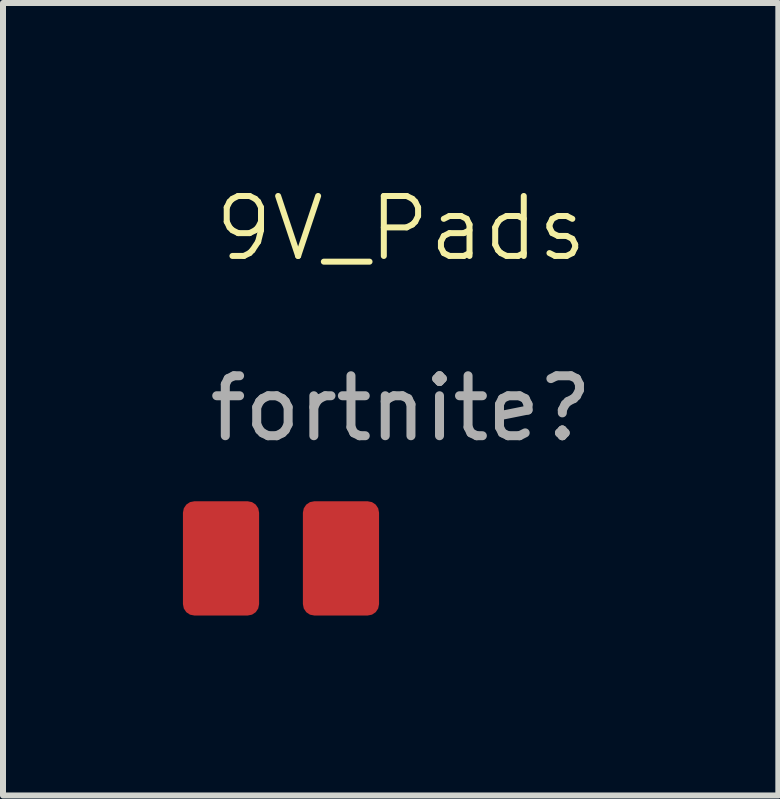
<source format=kicad_pcb>
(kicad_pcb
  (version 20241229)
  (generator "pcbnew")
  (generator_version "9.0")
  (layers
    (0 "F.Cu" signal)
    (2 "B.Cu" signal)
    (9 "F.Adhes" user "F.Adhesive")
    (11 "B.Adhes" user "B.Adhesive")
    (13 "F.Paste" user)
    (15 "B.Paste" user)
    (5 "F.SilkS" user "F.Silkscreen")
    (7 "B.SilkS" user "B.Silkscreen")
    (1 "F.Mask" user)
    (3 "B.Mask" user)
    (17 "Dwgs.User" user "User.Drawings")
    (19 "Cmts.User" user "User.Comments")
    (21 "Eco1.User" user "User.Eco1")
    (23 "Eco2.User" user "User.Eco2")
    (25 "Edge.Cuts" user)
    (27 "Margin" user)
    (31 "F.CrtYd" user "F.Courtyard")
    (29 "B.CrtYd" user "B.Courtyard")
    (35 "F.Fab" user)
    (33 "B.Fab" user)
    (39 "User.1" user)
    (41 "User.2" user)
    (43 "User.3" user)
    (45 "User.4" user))
  (footprint "9V_Pads"
    (layer "F.Cu")
    (at 3.635 1.26)
    (property "Reference" "9V_Pads" (at 0 -0.5 0) (unlocked yes) (layer "F.SilkS") (effects (font (size 1 1) (thickness 0.1))))
    (attr smd)
    (fp_text user "fortnite?" (at 0 2.5 0) (unlocked yes) (layer "F.Fab") (effects (font (size 1 1) (thickness 0.15))))
    (pad "1" smd roundrect (at -3 5 90) (size 1.905 1.27) (layers "F.Cu" "F.Mask" "F.Paste") (roundrect_rratio 0.15))
    (pad "2" smd roundrect (at -1 5 90) (size 1.905 1.27) (layers "F.Cu" "F.Mask" "F.Paste") (roundrect_rratio 0.15)))
  (gr_rect
    (start -3 -3)
    (end 9.927 10.213)
    (stroke (width 0.1) (type default))
    (fill no)
    (layer "Edge.Cuts")))
</source>
